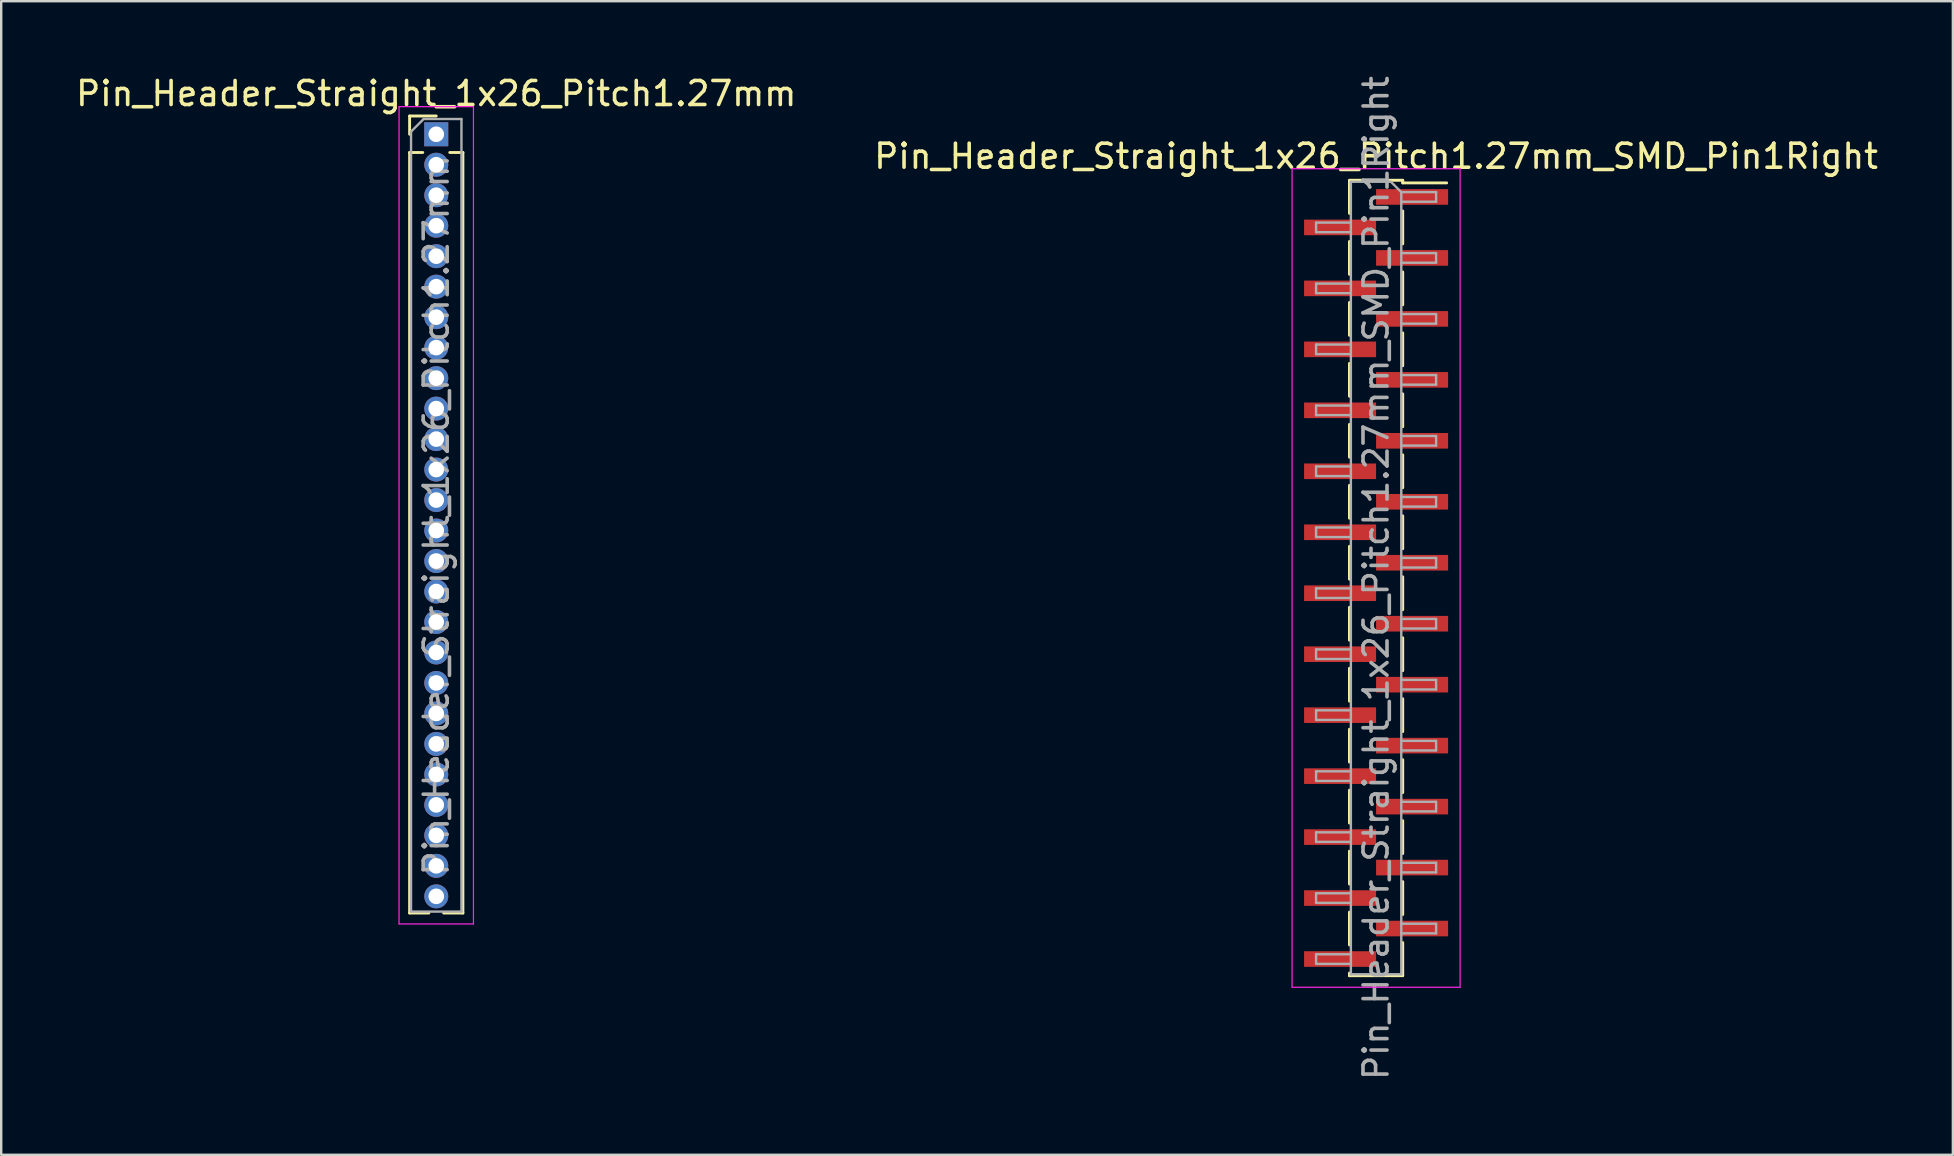
<source format=kicad_pcb>
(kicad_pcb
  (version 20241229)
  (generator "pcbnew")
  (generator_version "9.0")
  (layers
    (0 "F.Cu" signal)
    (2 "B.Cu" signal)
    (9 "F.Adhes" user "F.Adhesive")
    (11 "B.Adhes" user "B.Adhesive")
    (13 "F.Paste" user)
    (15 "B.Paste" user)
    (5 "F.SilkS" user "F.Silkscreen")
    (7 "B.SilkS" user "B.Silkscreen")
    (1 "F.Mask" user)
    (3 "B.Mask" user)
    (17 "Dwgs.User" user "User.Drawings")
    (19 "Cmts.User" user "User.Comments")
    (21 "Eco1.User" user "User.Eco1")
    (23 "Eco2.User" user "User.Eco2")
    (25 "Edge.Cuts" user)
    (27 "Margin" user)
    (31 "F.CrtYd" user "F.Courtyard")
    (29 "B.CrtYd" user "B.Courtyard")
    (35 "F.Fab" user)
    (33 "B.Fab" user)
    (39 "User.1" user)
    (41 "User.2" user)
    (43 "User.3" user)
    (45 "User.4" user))
  (footprint "Pin_Header_Straight_1x26_Pitch1.27mm"
    (layer "F.Cu")
    (at 15.125 2.543)
    (property "Reference" "Pin_Header_Straight_1x26_Pitch1.27mm" (at 0 -1.695 0) (layer "F.SilkS") (effects (font (size 1 1) (thickness 0.15))))
    (attr through_hole)
    (fp_line (start -1.11 -0.76) (end 0 -0.76) (stroke (width 0.12) (type solid)) (layer "F.SilkS"))
    (fp_line (start -1.11 0) (end -1.11 -0.76) (stroke (width 0.12) (type solid)) (layer "F.SilkS"))
    (fp_line (start -1.11 0.76) (end -1.11 32.445) (stroke (width 0.12) (type solid)) (layer "F.SilkS"))
    (fp_line (start -1.11 0.76) (end -0.563 0.76) (stroke (width 0.12) (type solid)) (layer "F.SilkS"))
    (fp_line (start -1.11 32.445) (end -0.308 32.445) (stroke (width 0.12) (type solid)) (layer "F.SilkS"))
    (fp_line (start 0.308 32.445) (end 1.11 32.445) (stroke (width 0.12) (type solid)) (layer "F.SilkS"))
    (fp_line (start 0.563 0.76) (end 1.11 0.76) (stroke (width 0.12) (type solid)) (layer "F.SilkS"))
    (fp_line (start 1.11 0.76) (end 1.11 32.445) (stroke (width 0.12) (type solid)) (layer "F.SilkS"))
    (fp_line (start -1.55 -1.15) (end -1.55 32.9) (stroke (width 0.05) (type solid)) (layer "F.CrtYd"))
    (fp_line (start -1.55 32.9) (end 1.55 32.9) (stroke (width 0.05) (type solid)) (layer "F.CrtYd"))
    (fp_line (start 1.55 -1.15) (end -1.55 -1.15) (stroke (width 0.05) (type solid)) (layer "F.CrtYd"))
    (fp_line (start 1.55 32.9) (end 1.55 -1.15) (stroke (width 0.05) (type solid)) (layer "F.CrtYd"))
    (fp_line (start -1.05 -0.11) (end -0.525 -0.635) (stroke (width 0.1) (type solid)) (layer "F.Fab"))
    (fp_line (start -1.05 32.385) (end -1.05 -0.11) (stroke (width 0.1) (type solid)) (layer "F.Fab"))
    (fp_line (start -0.525 -0.635) (end 1.05 -0.635) (stroke (width 0.1) (type solid)) (layer "F.Fab"))
    (fp_line (start 1.05 -0.635) (end 1.05 32.385) (stroke (width 0.1) (type solid)) (layer "F.Fab"))
    (fp_line (start 1.05 32.385) (end -1.05 32.385) (stroke (width 0.1) (type solid)) (layer "F.Fab"))
    (fp_text user "${REFERENCE}" (at 0 15.875 90) (layer "F.Fab") (effects (font (size 1 1) (thickness 0.15))))
    (pad "1" thru_hole rect (at 0 0) (size 1 1) (drill 0.65) (layers "*.Cu" "*.Mask"))
    (pad "2" thru_hole oval (at 0 1.27) (size 1 1) (drill 0.65) (layers "*.Cu" "*.Mask"))
    (pad "3" thru_hole oval (at 0 2.54) (size 1 1) (drill 0.65) (layers "*.Cu" "*.Mask"))
    (pad "4" thru_hole oval (at 0 3.81) (size 1 1) (drill 0.65) (layers "*.Cu" "*.Mask"))
    (pad "5" thru_hole oval (at 0 5.08) (size 1 1) (drill 0.65) (layers "*.Cu" "*.Mask"))
    (pad "6" thru_hole oval (at 0 6.35) (size 1 1) (drill 0.65) (layers "*.Cu" "*.Mask"))
    (pad "7" thru_hole oval (at 0 7.62) (size 1 1) (drill 0.65) (layers "*.Cu" "*.Mask"))
    (pad "8" thru_hole oval (at 0 8.89) (size 1 1) (drill 0.65) (layers "*.Cu" "*.Mask"))
    (pad "9" thru_hole oval (at 0 10.16) (size 1 1) (drill 0.65) (layers "*.Cu" "*.Mask"))
    (pad "10" thru_hole oval (at 0 11.43) (size 1 1) (drill 0.65) (layers "*.Cu" "*.Mask"))
    (pad "11" thru_hole oval (at 0 12.7) (size 1 1) (drill 0.65) (layers "*.Cu" "*.Mask"))
    (pad "12" thru_hole oval (at 0 13.97) (size 1 1) (drill 0.65) (layers "*.Cu" "*.Mask"))
    (pad "13" thru_hole oval (at 0 15.24) (size 1 1) (drill 0.65) (layers "*.Cu" "*.Mask"))
    (pad "14" thru_hole oval (at 0 16.51) (size 1 1) (drill 0.65) (layers "*.Cu" "*.Mask"))
    (pad "15" thru_hole oval (at 0 17.78) (size 1 1) (drill 0.65) (layers "*.Cu" "*.Mask"))
    (pad "16" thru_hole oval (at 0 19.05) (size 1 1) (drill 0.65) (layers "*.Cu" "*.Mask"))
    (pad "17" thru_hole oval (at 0 20.32) (size 1 1) (drill 0.65) (layers "*.Cu" "*.Mask"))
    (pad "18" thru_hole oval (at 0 21.59) (size 1 1) (drill 0.65) (layers "*.Cu" "*.Mask"))
    (pad "19" thru_hole oval (at 0 22.86) (size 1 1) (drill 0.65) (layers "*.Cu" "*.Mask"))
    (pad "20" thru_hole oval (at 0 24.13) (size 1 1) (drill 0.65) (layers "*.Cu" "*.Mask"))
    (pad "21" thru_hole oval (at 0 25.4) (size 1 1) (drill 0.65) (layers "*.Cu" "*.Mask"))
    (pad "22" thru_hole oval (at 0 26.67) (size 1 1) (drill 0.65) (layers "*.Cu" "*.Mask"))
    (pad "23" thru_hole oval (at 0 27.94) (size 1 1) (drill 0.65) (layers "*.Cu" "*.Mask"))
    (pad "24" thru_hole oval (at 0 29.21) (size 1 1) (drill 0.65) (layers "*.Cu" "*.Mask"))
    (pad "25" thru_hole oval (at 0 30.48) (size 1 1) (drill 0.65) (layers "*.Cu" "*.Mask"))
    (pad "26" thru_hole oval (at 0 31.75) (size 1 1) (drill 0.65) (layers "*.Cu" "*.Mask")))
  (footprint "Pin_Header_Straight_1x26_Pitch1.27mm_SMD_Pin1Right"
    (layer "F.Cu")
    (at 54.28 21.03)
    (property "Reference" "Pin_Header_Straight_1x26_Pitch1.27mm_SMD_Pin1Right" (at 0 -17.57 0) (layer "F.SilkS") (effects (font (size 1 1) (thickness 0.15))))
    (attr smd)
    (fp_line (start -1.11 -16.57) (end 1.11 -16.57) (stroke (width 0.12) (type solid)) (layer "F.SilkS"))
    (fp_line (start -1.11 -16.56) (end -1.11 -15.19) (stroke (width 0.12) (type solid)) (layer "F.SilkS"))
    (fp_line (start -1.11 -14.02) (end -1.11 -12.65) (stroke (width 0.12) (type solid)) (layer "F.SilkS"))
    (fp_line (start -1.11 -11.48) (end -1.11 -10.11) (stroke (width 0.12) (type solid)) (layer "F.SilkS"))
    (fp_line (start -1.11 -8.94) (end -1.11 -7.57) (stroke (width 0.12) (type solid)) (layer "F.SilkS"))
    (fp_line (start -1.11 -6.4) (end -1.11 -5.03) (stroke (width 0.12) (type solid)) (layer "F.SilkS"))
    (fp_line (start -1.11 -3.86) (end -1.11 -2.49) (stroke (width 0.12) (type solid)) (layer "F.SilkS"))
    (fp_line (start -1.11 -1.32) (end -1.11 0.05) (stroke (width 0.12) (type solid)) (layer "F.SilkS"))
    (fp_line (start -1.11 1.22) (end -1.11 2.59) (stroke (width 0.12) (type solid)) (layer "F.SilkS"))
    (fp_line (start -1.11 3.76) (end -1.11 5.13) (stroke (width 0.12) (type solid)) (layer "F.SilkS"))
    (fp_line (start -1.11 6.3) (end -1.11 7.67) (stroke (width 0.12) (type solid)) (layer "F.SilkS"))
    (fp_line (start -1.11 8.84) (end -1.11 10.21) (stroke (width 0.12) (type solid)) (layer "F.SilkS"))
    (fp_line (start -1.11 11.38) (end -1.11 12.75) (stroke (width 0.12) (type solid)) (layer "F.SilkS"))
    (fp_line (start -1.11 13.92) (end -1.11 15.29) (stroke (width 0.12) (type solid)) (layer "F.SilkS"))
    (fp_line (start -1.11 16.46) (end -1.11 16.57) (stroke (width 0.12) (type solid)) (layer "F.SilkS"))
    (fp_line (start -1.11 16.57) (end 1.11 16.57) (stroke (width 0.12) (type solid)) (layer "F.SilkS"))
    (fp_line (start 1.11 -16.57) (end 1.11 -16.46) (stroke (width 0.12) (type solid)) (layer "F.SilkS"))
    (fp_line (start 1.11 -16.46) (end 2.94 -16.46) (stroke (width 0.12) (type solid)) (layer "F.SilkS"))
    (fp_line (start 1.11 -15.29) (end 1.11 -13.92) (stroke (width 0.12) (type solid)) (layer "F.SilkS"))
    (fp_line (start 1.11 -12.75) (end 1.11 -11.38) (stroke (width 0.12) (type solid)) (layer "F.SilkS"))
    (fp_line (start 1.11 -10.21) (end 1.11 -8.84) (stroke (width 0.12) (type solid)) (layer "F.SilkS"))
    (fp_line (start 1.11 -7.67) (end 1.11 -6.3) (stroke (width 0.12) (type solid)) (layer "F.SilkS"))
    (fp_line (start 1.11 -5.13) (end 1.11 -3.76) (stroke (width 0.12) (type solid)) (layer "F.SilkS"))
    (fp_line (start 1.11 -2.59) (end 1.11 -1.22) (stroke (width 0.12) (type solid)) (layer "F.SilkS"))
    (fp_line (start 1.11 -0.05) (end 1.11 1.32) (stroke (width 0.12) (type solid)) (layer "F.SilkS"))
    (fp_line (start 1.11 2.49) (end 1.11 3.86) (stroke (width 0.12) (type solid)) (layer "F.SilkS"))
    (fp_line (start 1.11 5.03) (end 1.11 6.4) (stroke (width 0.12) (type solid)) (layer "F.SilkS"))
    (fp_line (start 1.11 7.57) (end 1.11 8.94) (stroke (width 0.12) (type solid)) (layer "F.SilkS"))
    (fp_line (start 1.11 10.11) (end 1.11 11.48) (stroke (width 0.12) (type solid)) (layer "F.SilkS"))
    (fp_line (start 1.11 12.65) (end 1.11 14.02) (stroke (width 0.12) (type solid)) (layer "F.SilkS"))
    (fp_line (start 1.11 15.19) (end 1.11 16.56) (stroke (width 0.12) (type solid)) (layer "F.SilkS"))
    (fp_line (start -3.5 -17.05) (end -3.5 17.05) (stroke (width 0.05) (type solid)) (layer "F.CrtYd"))
    (fp_line (start -3.5 17.05) (end 3.5 17.05) (stroke (width 0.05) (type solid)) (layer "F.CrtYd"))
    (fp_line (start 3.5 -17.05) (end -3.5 -17.05) (stroke (width 0.05) (type solid)) (layer "F.CrtYd"))
    (fp_line (start 3.5 17.05) (end 3.5 -17.05) (stroke (width 0.05) (type solid)) (layer "F.CrtYd"))
    (fp_line (start -2.5 -14.805) (end -2.5 -14.405) (stroke (width 0.1) (type solid)) (layer "F.Fab"))
    (fp_line (start -2.5 -14.405) (end -1.05 -14.405) (stroke (width 0.1) (type solid)) (layer "F.Fab"))
    (fp_line (start -2.5 -12.265) (end -2.5 -11.865) (stroke (width 0.1) (type solid)) (layer "F.Fab"))
    (fp_line (start -2.5 -11.865) (end -1.05 -11.865) (stroke (width 0.1) (type solid)) (layer "F.Fab"))
    (fp_line (start -2.5 -9.725) (end -2.5 -9.325) (stroke (width 0.1) (type solid)) (layer "F.Fab"))
    (fp_line (start -2.5 -9.325) (end -1.05 -9.325) (stroke (width 0.1) (type solid)) (layer "F.Fab"))
    (fp_line (start -2.5 -7.185) (end -2.5 -6.785) (stroke (width 0.1) (type solid)) (layer "F.Fab"))
    (fp_line (start -2.5 -6.785) (end -1.05 -6.785) (stroke (width 0.1) (type solid)) (layer "F.Fab"))
    (fp_line (start -2.5 -4.645) (end -2.5 -4.245) (stroke (width 0.1) (type solid)) (layer "F.Fab"))
    (fp_line (start -2.5 -4.245) (end -1.05 -4.245) (stroke (width 0.1) (type solid)) (layer "F.Fab"))
    (fp_line (start -2.5 -2.105) (end -2.5 -1.705) (stroke (width 0.1) (type solid)) (layer "F.Fab"))
    (fp_line (start -2.5 -1.705) (end -1.05 -1.705) (stroke (width 0.1) (type solid)) (layer "F.Fab"))
    (fp_line (start -2.5 0.435) (end -2.5 0.835) (stroke (width 0.1) (type solid)) (layer "F.Fab"))
    (fp_line (start -2.5 0.835) (end -1.05 0.835) (stroke (width 0.1) (type solid)) (layer "F.Fab"))
    (fp_line (start -2.5 2.975) (end -2.5 3.375) (stroke (width 0.1) (type solid)) (layer "F.Fab"))
    (fp_line (start -2.5 3.375) (end -1.05 3.375) (stroke (width 0.1) (type solid)) (layer "F.Fab"))
    (fp_line (start -2.5 5.515) (end -2.5 5.915) (stroke (width 0.1) (type solid)) (layer "F.Fab"))
    (fp_line (start -2.5 5.915) (end -1.05 5.915) (stroke (width 0.1) (type solid)) (layer "F.Fab"))
    (fp_line (start -2.5 8.055) (end -2.5 8.455) (stroke (width 0.1) (type solid)) (layer "F.Fab"))
    (fp_line (start -2.5 8.455) (end -1.05 8.455) (stroke (width 0.1) (type solid)) (layer "F.Fab"))
    (fp_line (start -2.5 10.595) (end -2.5 10.995) (stroke (width 0.1) (type solid)) (layer "F.Fab"))
    (fp_line (start -2.5 10.995) (end -1.05 10.995) (stroke (width 0.1) (type solid)) (layer "F.Fab"))
    (fp_line (start -2.5 13.135) (end -2.5 13.535) (stroke (width 0.1) (type solid)) (layer "F.Fab"))
    (fp_line (start -2.5 13.535) (end -1.05 13.535) (stroke (width 0.1) (type solid)) (layer "F.Fab"))
    (fp_line (start -2.5 15.675) (end -2.5 16.075) (stroke (width 0.1) (type solid)) (layer "F.Fab"))
    (fp_line (start -2.5 16.075) (end -1.05 16.075) (stroke (width 0.1) (type solid)) (layer "F.Fab"))
    (fp_line (start -1.05 -16.51) (end -1.05 16.51) (stroke (width 0.1) (type solid)) (layer "F.Fab"))
    (fp_line (start -1.05 -16.51) (end 0.615 -16.51) (stroke (width 0.1) (type solid)) (layer "F.Fab"))
    (fp_line (start -1.05 -14.805) (end -2.5 -14.805) (stroke (width 0.1) (type solid)) (layer "F.Fab"))
    (fp_line (start -1.05 -12.265) (end -2.5 -12.265) (stroke (width 0.1) (type solid)) (layer "F.Fab"))
    (fp_line (start -1.05 -9.725) (end -2.5 -9.725) (stroke (width 0.1) (type solid)) (layer "F.Fab"))
    (fp_line (start -1.05 -7.185) (end -2.5 -7.185) (stroke (width 0.1) (type solid)) (layer "F.Fab"))
    (fp_line (start -1.05 -4.645) (end -2.5 -4.645) (stroke (width 0.1) (type solid)) (layer "F.Fab"))
    (fp_line (start -1.05 -2.105) (end -2.5 -2.105) (stroke (width 0.1) (type solid)) (layer "F.Fab"))
    (fp_line (start -1.05 0.435) (end -2.5 0.435) (stroke (width 0.1) (type solid)) (layer "F.Fab"))
    (fp_line (start -1.05 2.975) (end -2.5 2.975) (stroke (width 0.1) (type solid)) (layer "F.Fab"))
    (fp_line (start -1.05 5.515) (end -2.5 5.515) (stroke (width 0.1) (type solid)) (layer "F.Fab"))
    (fp_line (start -1.05 8.055) (end -2.5 8.055) (stroke (width 0.1) (type solid)) (layer "F.Fab"))
    (fp_line (start -1.05 10.595) (end -2.5 10.595) (stroke (width 0.1) (type solid)) (layer "F.Fab"))
    (fp_line (start -1.05 13.135) (end -2.5 13.135) (stroke (width 0.1) (type solid)) (layer "F.Fab"))
    (fp_line (start -1.05 15.675) (end -2.5 15.675) (stroke (width 0.1) (type solid)) (layer "F.Fab"))
    (fp_line (start 1.05 -16.075) (end 0.615 -16.51) (stroke (width 0.1) (type solid)) (layer "F.Fab"))
    (fp_line (start 1.05 -16.075) (end 2.5 -16.075) (stroke (width 0.1) (type solid)) (layer "F.Fab"))
    (fp_line (start 1.05 -13.535) (end 2.5 -13.535) (stroke (width 0.1) (type solid)) (layer "F.Fab"))
    (fp_line (start 1.05 -10.995) (end 2.5 -10.995) (stroke (width 0.1) (type solid)) (layer "F.Fab"))
    (fp_line (start 1.05 -8.455) (end 2.5 -8.455) (stroke (width 0.1) (type solid)) (layer "F.Fab"))
    (fp_line (start 1.05 -5.915) (end 2.5 -5.915) (stroke (width 0.1) (type solid)) (layer "F.Fab"))
    (fp_line (start 1.05 -3.375) (end 2.5 -3.375) (stroke (width 0.1) (type solid)) (layer "F.Fab"))
    (fp_line (start 1.05 -0.835) (end 2.5 -0.835) (stroke (width 0.1) (type solid)) (layer "F.Fab"))
    (fp_line (start 1.05 1.705) (end 2.5 1.705) (stroke (width 0.1) (type solid)) (layer "F.Fab"))
    (fp_line (start 1.05 4.245) (end 2.5 4.245) (stroke (width 0.1) (type solid)) (layer "F.Fab"))
    (fp_line (start 1.05 6.785) (end 2.5 6.785) (stroke (width 0.1) (type solid)) (layer "F.Fab"))
    (fp_line (start 1.05 9.325) (end 2.5 9.325) (stroke (width 0.1) (type solid)) (layer "F.Fab"))
    (fp_line (start 1.05 11.865) (end 2.5 11.865) (stroke (width 0.1) (type solid)) (layer "F.Fab"))
    (fp_line (start 1.05 14.405) (end 2.5 14.405) (stroke (width 0.1) (type solid)) (layer "F.Fab"))
    (fp_line (start 1.05 16.51) (end -1.05 16.51) (stroke (width 0.1) (type solid)) (layer "F.Fab"))
    (fp_line (start 1.05 16.51) (end 1.05 -16.075) (stroke (width 0.1) (type solid)) (layer "F.Fab"))
    (fp_line (start 2.5 -16.075) (end 2.5 -15.675) (stroke (width 0.1) (type solid)) (layer "F.Fab"))
    (fp_line (start 2.5 -15.675) (end 1.05 -15.675) (stroke (width 0.1) (type solid)) (layer "F.Fab"))
    (fp_line (start 2.5 -13.535) (end 2.5 -13.135) (stroke (width 0.1) (type solid)) (layer "F.Fab"))
    (fp_line (start 2.5 -13.135) (end 1.05 -13.135) (stroke (width 0.1) (type solid)) (layer "F.Fab"))
    (fp_line (start 2.5 -10.995) (end 2.5 -10.595) (stroke (width 0.1) (type solid)) (layer "F.Fab"))
    (fp_line (start 2.5 -10.595) (end 1.05 -10.595) (stroke (width 0.1) (type solid)) (layer "F.Fab"))
    (fp_line (start 2.5 -8.455) (end 2.5 -8.055) (stroke (width 0.1) (type solid)) (layer "F.Fab"))
    (fp_line (start 2.5 -8.055) (end 1.05 -8.055) (stroke (width 0.1) (type solid)) (layer "F.Fab"))
    (fp_line (start 2.5 -5.915) (end 2.5 -5.515) (stroke (width 0.1) (type solid)) (layer "F.Fab"))
    (fp_line (start 2.5 -5.515) (end 1.05 -5.515) (stroke (width 0.1) (type solid)) (layer "F.Fab"))
    (fp_line (start 2.5 -3.375) (end 2.5 -2.975) (stroke (width 0.1) (type solid)) (layer "F.Fab"))
    (fp_line (start 2.5 -2.975) (end 1.05 -2.975) (stroke (width 0.1) (type solid)) (layer "F.Fab"))
    (fp_line (start 2.5 -0.835) (end 2.5 -0.435) (stroke (width 0.1) (type solid)) (layer "F.Fab"))
    (fp_line (start 2.5 -0.435) (end 1.05 -0.435) (stroke (width 0.1) (type solid)) (layer "F.Fab"))
    (fp_line (start 2.5 1.705) (end 2.5 2.105) (stroke (width 0.1) (type solid)) (layer "F.Fab"))
    (fp_line (start 2.5 2.105) (end 1.05 2.105) (stroke (width 0.1) (type solid)) (layer "F.Fab"))
    (fp_line (start 2.5 4.245) (end 2.5 4.645) (stroke (width 0.1) (type solid)) (layer "F.Fab"))
    (fp_line (start 2.5 4.645) (end 1.05 4.645) (stroke (width 0.1) (type solid)) (layer "F.Fab"))
    (fp_line (start 2.5 6.785) (end 2.5 7.185) (stroke (width 0.1) (type solid)) (layer "F.Fab"))
    (fp_line (start 2.5 7.185) (end 1.05 7.185) (stroke (width 0.1) (type solid)) (layer "F.Fab"))
    (fp_line (start 2.5 9.325) (end 2.5 9.725) (stroke (width 0.1) (type solid)) (layer "F.Fab"))
    (fp_line (start 2.5 9.725) (end 1.05 9.725) (stroke (width 0.1) (type solid)) (layer "F.Fab"))
    (fp_line (start 2.5 11.865) (end 2.5 12.265) (stroke (width 0.1) (type solid)) (layer "F.Fab"))
    (fp_line (start 2.5 12.265) (end 1.05 12.265) (stroke (width 0.1) (type solid)) (layer "F.Fab"))
    (fp_line (start 2.5 14.405) (end 2.5 14.805) (stroke (width 0.1) (type solid)) (layer "F.Fab"))
    (fp_line (start 2.5 14.805) (end 1.05 14.805) (stroke (width 0.1) (type solid)) (layer "F.Fab"))
    (fp_text user "${REFERENCE}" (at 0 0 90) (layer "F.Fab") (effects (font (size 1 1) (thickness 0.15))))
    (pad "1" smd rect (at 1.5 -15.875) (size 3 0.65) (layers "F.Cu" "F.Mask" "F.Paste"))
    (pad "2" smd rect (at -1.5 -14.605) (size 3 0.65) (layers "F.Cu" "F.Mask" "F.Paste"))
    (pad "3" smd rect (at 1.5 -13.335) (size 3 0.65) (layers "F.Cu" "F.Mask" "F.Paste"))
    (pad "4" smd rect (at -1.5 -12.065) (size 3 0.65) (layers "F.Cu" "F.Mask" "F.Paste"))
    (pad "5" smd rect (at 1.5 -10.795) (size 3 0.65) (layers "F.Cu" "F.Mask" "F.Paste"))
    (pad "6" smd rect (at -1.5 -9.525) (size 3 0.65) (layers "F.Cu" "F.Mask" "F.Paste"))
    (pad "7" smd rect (at 1.5 -8.255) (size 3 0.65) (layers "F.Cu" "F.Mask" "F.Paste"))
    (pad "8" smd rect (at -1.5 -6.985) (size 3 0.65) (layers "F.Cu" "F.Mask" "F.Paste"))
    (pad "9" smd rect (at 1.5 -5.715) (size 3 0.65) (layers "F.Cu" "F.Mask" "F.Paste"))
    (pad "10" smd rect (at -1.5 -4.445) (size 3 0.65) (layers "F.Cu" "F.Mask" "F.Paste"))
    (pad "11" smd rect (at 1.5 -3.175) (size 3 0.65) (layers "F.Cu" "F.Mask" "F.Paste"))
    (pad "12" smd rect (at -1.5 -1.905) (size 3 0.65) (layers "F.Cu" "F.Mask" "F.Paste"))
    (pad "13" smd rect (at 1.5 -0.635) (size 3 0.65) (layers "F.Cu" "F.Mask" "F.Paste"))
    (pad "14" smd rect (at -1.5 0.635) (size 3 0.65) (layers "F.Cu" "F.Mask" "F.Paste"))
    (pad "15" smd rect (at 1.5 1.905) (size 3 0.65) (layers "F.Cu" "F.Mask" "F.Paste"))
    (pad "16" smd rect (at -1.5 3.175) (size 3 0.65) (layers "F.Cu" "F.Mask" "F.Paste"))
    (pad "17" smd rect (at 1.5 4.445) (size 3 0.65) (layers "F.Cu" "F.Mask" "F.Paste"))
    (pad "18" smd rect (at -1.5 5.715) (size 3 0.65) (layers "F.Cu" "F.Mask" "F.Paste"))
    (pad "19" smd rect (at 1.5 6.985) (size 3 0.65) (layers "F.Cu" "F.Mask" "F.Paste"))
    (pad "20" smd rect (at -1.5 8.255) (size 3 0.65) (layers "F.Cu" "F.Mask" "F.Paste"))
    (pad "21" smd rect (at 1.5 9.525) (size 3 0.65) (layers "F.Cu" "F.Mask" "F.Paste"))
    (pad "22" smd rect (at -1.5 10.795) (size 3 0.65) (layers "F.Cu" "F.Mask" "F.Paste"))
    (pad "23" smd rect (at 1.5 12.065) (size 3 0.65) (layers "F.Cu" "F.Mask" "F.Paste"))
    (pad "24" smd rect (at -1.5 13.335) (size 3 0.65) (layers "F.Cu" "F.Mask" "F.Paste"))
    (pad "25" smd rect (at 1.5 14.605) (size 3 0.65) (layers "F.Cu" "F.Mask" "F.Paste"))
    (pad "26" smd rect (at -1.5 15.875) (size 3 0.65) (layers "F.Cu" "F.Mask" "F.Paste")))
  (gr_rect
    (start -3 -3)
    (end 78.31 45.06)
    (stroke (width 0.1) (type default))
    (fill no)
    (layer "Edge.Cuts")))
</source>
